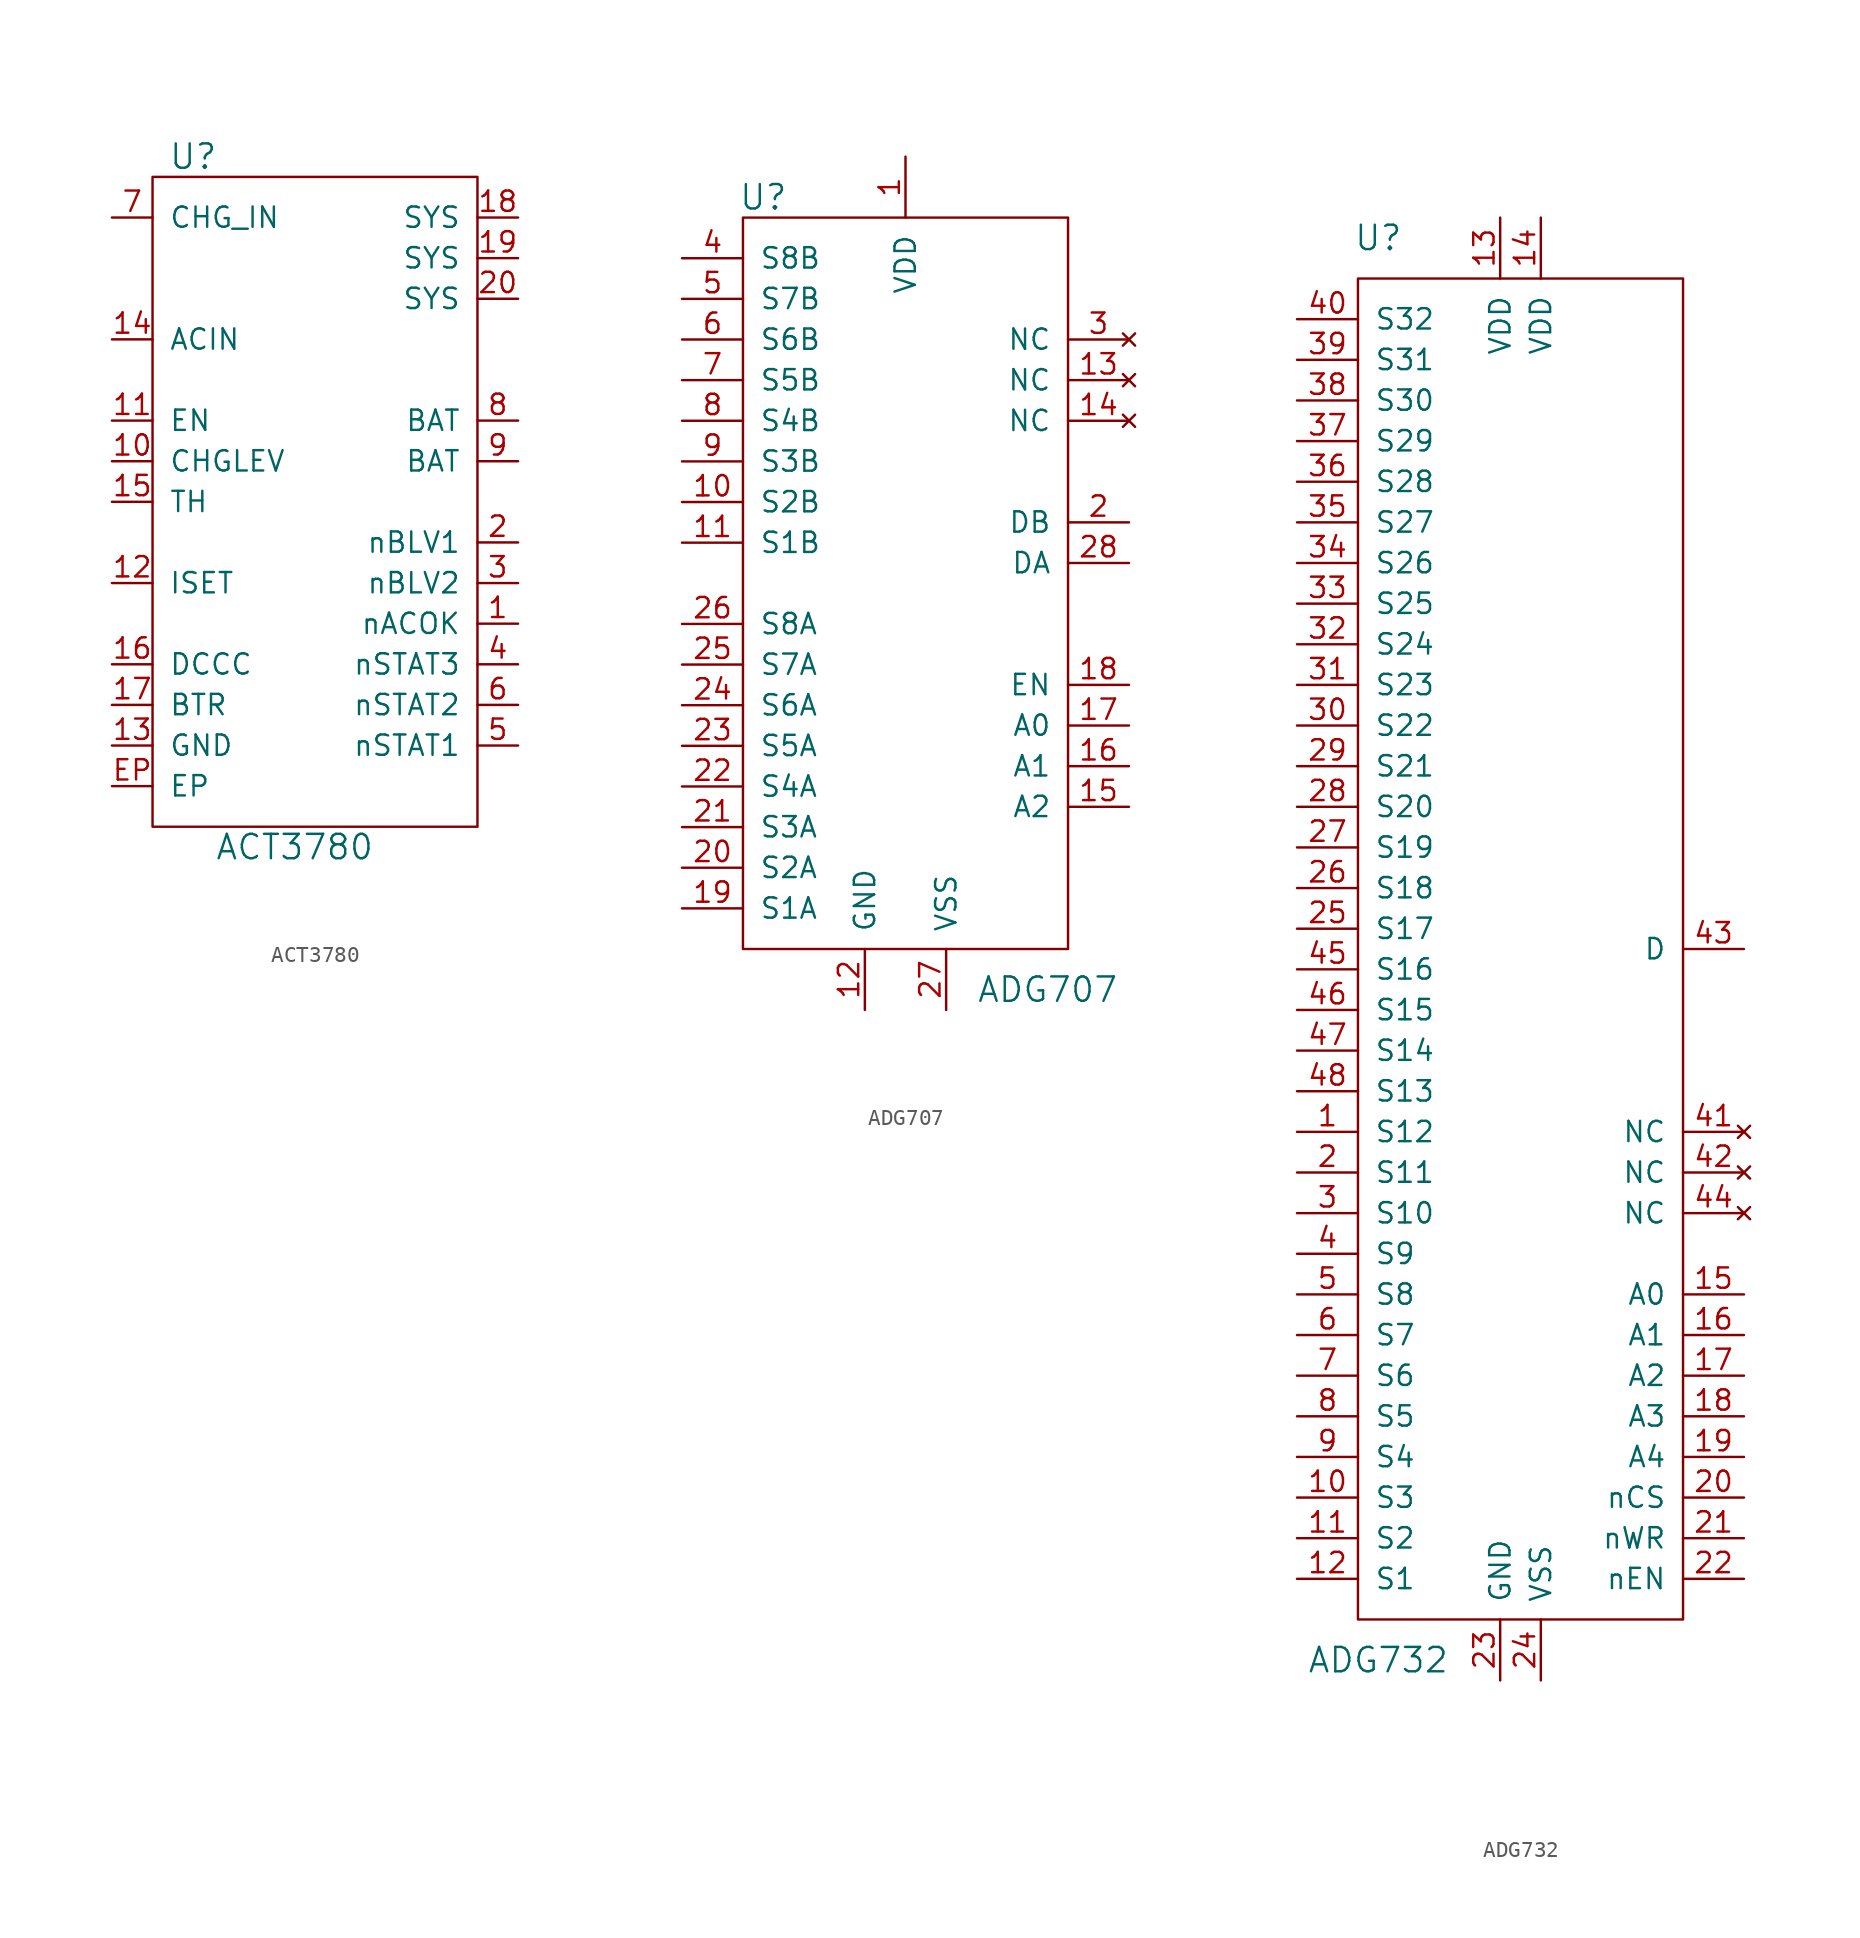
<source format=kicad_sym>
(kicad_symbol_lib
  (version 20211014)
  (generator kicad_symbol_editor)
  (symbol "ACT3780"
    (pin_names
      (offset 1.016))
    (property "Reference" "U"
      (at -7.62 21.59 0)
      (effects (font (size 1.524 1.524))))
    (property "Value" "ACT3780"
      (at -1.27 -21.59 0)
      (effects (font (size 1.524 1.524))))
    (symbol "ACT3780_0_1"
      (rectangle (start -10.16 20.32) (end 10.16 -20.32) (stroke (width 0) (type default) (color 0 0 0 0)) (fill (type none))))
    (symbol "ACT3780_1_1"
      (pin passive line (at 12.7 -7.62 180) (length 2.54) (name "nACOK" (effects (font (size 1.27 1.27)))) (number "1" (effects (font (size 1.27 1.27)))))
      (pin passive line (at -12.7 2.54 0) (length 2.54) (name "CHGLEV" (effects (font (size 1.27 1.27)))) (number "10" (effects (font (size 1.27 1.27)))))
      (pin passive line (at -12.7 5.08 0) (length 2.54) (name "EN" (effects (font (size 1.27 1.27)))) (number "11" (effects (font (size 1.27 1.27)))))
      (pin passive line (at -12.7 -5.08 0) (length 2.54) (name "ISET" (effects (font (size 1.27 1.27)))) (number "12" (effects (font (size 1.27 1.27)))))
      (pin passive line (at -12.7 -15.24 0) (length 2.54) (name "GND" (effects (font (size 1.27 1.27)))) (number "13" (effects (font (size 1.27 1.27)))))
      (pin passive line (at -12.7 10.16 0) (length 2.54) (name "ACIN" (effects (font (size 1.27 1.27)))) (number "14" (effects (font (size 1.27 1.27)))))
      (pin passive line (at -12.7 0 0) (length 2.54) (name "TH" (effects (font (size 1.27 1.27)))) (number "15" (effects (font (size 1.27 1.27)))))
      (pin passive line (at -12.7 -10.16 0) (length 2.54) (name "DCCC" (effects (font (size 1.27 1.27)))) (number "16" (effects (font (size 1.27 1.27)))))
      (pin passive line (at -12.7 -12.7 0) (length 2.54) (name "BTR" (effects (font (size 1.27 1.27)))) (number "17" (effects (font (size 1.27 1.27)))))
      (pin passive line (at 12.7 17.78 180) (length 2.54) (name "SYS" (effects (font (size 1.27 1.27)))) (number "18" (effects (font (size 1.27 1.27)))))
      (pin passive line (at 12.7 15.24 180) (length 2.54) (name "SYS" (effects (font (size 1.27 1.27)))) (number "19" (effects (font (size 1.27 1.27)))))
      (pin passive line (at 12.7 -2.54 180) (length 2.54) (name "nBLV1" (effects (font (size 1.27 1.27)))) (number "2" (effects (font (size 1.27 1.27)))))
      (pin passive line (at 12.7 12.7 180) (length 2.54) (name "SYS" (effects (font (size 1.27 1.27)))) (number "20" (effects (font (size 1.27 1.27)))))
      (pin passive line (at 12.7 -5.08 180) (length 2.54) (name "nBLV2" (effects (font (size 1.27 1.27)))) (number "3" (effects (font (size 1.27 1.27)))))
      (pin passive line (at 12.7 -10.16 180) (length 2.54) (name "nSTAT3" (effects (font (size 1.27 1.27)))) (number "4" (effects (font (size 1.27 1.27)))))
      (pin passive line (at 12.7 -15.24 180) (length 2.54) (name "nSTAT1" (effects (font (size 1.27 1.27)))) (number "5" (effects (font (size 1.27 1.27)))))
      (pin passive line (at 12.7 -12.7 180) (length 2.54) (name "nSTAT2" (effects (font (size 1.27 1.27)))) (number "6" (effects (font (size 1.27 1.27)))))
      (pin passive line (at -12.7 17.78 0) (length 2.54) (name "CHG_IN" (effects (font (size 1.27 1.27)))) (number "7" (effects (font (size 1.27 1.27)))))
      (pin passive line (at 12.7 5.08 180) (length 2.54) (name "BAT" (effects (font (size 1.27 1.27)))) (number "8" (effects (font (size 1.27 1.27)))))
      (pin passive line (at 12.7 2.54 180) (length 2.54) (name "BAT" (effects (font (size 1.27 1.27)))) (number "9" (effects (font (size 1.27 1.27)))))
      (pin passive line (at -12.7 -17.78 0) (length 2.54) (name "EP" (effects (font (size 1.27 1.27)))) (number "EP" (effects (font (size 1.27 1.27)))))))
  (symbol "ADG707"
    (pin_names
      (offset 1.016))
    (property "Reference" "U"
      (at -8.89 24.13 0)
      (effects (font (size 1.524 1.524))))
    (property "Value" "ADG707"
      (at 8.89 -25.4 0)
      (effects (font (size 1.524 1.524))))
    (property "Footprint" ""
      (at 0 0 0)
      (effects (font (size 1.524 1.524))))
    (property "Datasheet" ""
      (at 0 0 0)
      (effects (font (size 1.524 1.524))))
    (symbol "ADG707_0_1"
      (rectangle (start -10.16 22.86) (end 10.16 -22.86) (stroke (width 0) (type default) (color 0 0 0 0)) (fill (type none))))
    (symbol "ADG707_1_1"
      (pin passive line (at 0 26.67 270) (length 3.81) (name "VDD" (effects (font (size 1.27 1.27)))) (number "1" (effects (font (size 1.27 1.27)))))
      (pin passive line (at -13.97 5.08 0) (length 3.81) (name "S2B" (effects (font (size 1.27 1.27)))) (number "10" (effects (font (size 1.27 1.27)))))
      (pin passive line (at -13.97 2.54 0) (length 3.81) (name "S1B" (effects (font (size 1.27 1.27)))) (number "11" (effects (font (size 1.27 1.27)))))
      (pin passive line (at -2.54 -26.67 90) (length 3.81) (name "GND" (effects (font (size 1.27 1.27)))) (number "12" (effects (font (size 1.27 1.27)))))
      (pin no_connect line (at 13.97 12.7 180) (length 3.81) (name "NC" (effects (font (size 1.27 1.27)))) (number "13" (effects (font (size 1.27 1.27)))))
      (pin no_connect line (at 13.97 10.16 180) (length 3.81) (name "NC" (effects (font (size 1.27 1.27)))) (number "14" (effects (font (size 1.27 1.27)))))
      (pin passive line (at 13.97 -13.97 180) (length 3.81) (name "A2" (effects (font (size 1.27 1.27)))) (number "15" (effects (font (size 1.27 1.27)))))
      (pin passive line (at 13.97 -11.43 180) (length 3.81) (name "A1" (effects (font (size 1.27 1.27)))) (number "16" (effects (font (size 1.27 1.27)))))
      (pin passive line (at 13.97 -8.89 180) (length 3.81) (name "A0" (effects (font (size 1.27 1.27)))) (number "17" (effects (font (size 1.27 1.27)))))
      (pin passive line (at 13.97 -6.35 180) (length 3.81) (name "EN" (effects (font (size 1.27 1.27)))) (number "18" (effects (font (size 1.27 1.27)))))
      (pin passive line (at -13.97 -20.32 0) (length 3.81) (name "S1A" (effects (font (size 1.27 1.27)))) (number "19" (effects (font (size 1.27 1.27)))))
      (pin passive line (at 13.97 3.81 180) (length 3.81) (name "DB" (effects (font (size 1.27 1.27)))) (number "2" (effects (font (size 1.27 1.27)))))
      (pin passive line (at -13.97 -17.78 0) (length 3.81) (name "S2A" (effects (font (size 1.27 1.27)))) (number "20" (effects (font (size 1.27 1.27)))))
      (pin passive line (at -13.97 -15.24 0) (length 3.81) (name "S3A" (effects (font (size 1.27 1.27)))) (number "21" (effects (font (size 1.27 1.27)))))
      (pin passive line (at -13.97 -12.7 0) (length 3.81) (name "S4A" (effects (font (size 1.27 1.27)))) (number "22" (effects (font (size 1.27 1.27)))))
      (pin passive line (at -13.97 -10.16 0) (length 3.81) (name "S5A" (effects (font (size 1.27 1.27)))) (number "23" (effects (font (size 1.27 1.27)))))
      (pin passive line (at -13.97 -7.62 0) (length 3.81) (name "S6A" (effects (font (size 1.27 1.27)))) (number "24" (effects (font (size 1.27 1.27)))))
      (pin passive line (at -13.97 -5.08 0) (length 3.81) (name "S7A" (effects (font (size 1.27 1.27)))) (number "25" (effects (font (size 1.27 1.27)))))
      (pin passive line (at -13.97 -2.54 0) (length 3.81) (name "S8A" (effects (font (size 1.27 1.27)))) (number "26" (effects (font (size 1.27 1.27)))))
      (pin passive line (at 2.54 -26.67 90) (length 3.81) (name "VSS" (effects (font (size 1.27 1.27)))) (number "27" (effects (font (size 1.27 1.27)))))
      (pin passive line (at 13.97 1.27 180) (length 3.81) (name "DA" (effects (font (size 1.27 1.27)))) (number "28" (effects (font (size 1.27 1.27)))))
      (pin no_connect line (at 13.97 15.24 180) (length 3.81) (name "NC" (effects (font (size 1.27 1.27)))) (number "3" (effects (font (size 1.27 1.27)))))
      (pin passive line (at -13.97 20.32 0) (length 3.81) (name "S8B" (effects (font (size 1.27 1.27)))) (number "4" (effects (font (size 1.27 1.27)))))
      (pin passive line (at -13.97 17.78 0) (length 3.81) (name "S7B" (effects (font (size 1.27 1.27)))) (number "5" (effects (font (size 1.27 1.27)))))
      (pin passive line (at -13.97 15.24 0) (length 3.81) (name "S6B" (effects (font (size 1.27 1.27)))) (number "6" (effects (font (size 1.27 1.27)))))
      (pin passive line (at -13.97 12.7 0) (length 3.81) (name "S5B" (effects (font (size 1.27 1.27)))) (number "7" (effects (font (size 1.27 1.27)))))
      (pin passive line (at -13.97 10.16 0) (length 3.81) (name "S4B" (effects (font (size 1.27 1.27)))) (number "8" (effects (font (size 1.27 1.27)))))
      (pin passive line (at -13.97 7.62 0) (length 3.81) (name "S3B" (effects (font (size 1.27 1.27)))) (number "9" (effects (font (size 1.27 1.27)))))))
  (symbol "ADG732"
    (pin_names
      (offset 1.016))
    (property "Reference" "U"
      (at -8.89 44.45 0)
      (effects (font (size 1.524 1.524))))
    (property "Value" "ADG732"
      (at -8.89 -44.45 0)
      (effects (font (size 1.524 1.524))))
    (property "Footprint" ""
      (at 0 0 0)
      (effects (font (size 1.524 1.524))))
    (property "Datasheet" ""
      (at 0 0 0)
      (effects (font (size 1.524 1.524))))
    (symbol "ADG732_0_1"
      (rectangle (start -10.16 41.91) (end 10.16 -41.91) (stroke (width 0) (type default) (color 0 0 0 0)) (fill (type none))))
    (symbol "ADG732_1_1"
      (pin input line (at -13.97 -11.43 0) (length 3.81) (name "S12" (effects (font (size 1.27 1.27)))) (number "1" (effects (font (size 1.27 1.27)))))
      (pin input line (at -13.97 -34.29 0) (length 3.81) (name "S3" (effects (font (size 1.27 1.27)))) (number "10" (effects (font (size 1.27 1.27)))))
      (pin input line (at -13.97 -36.83 0) (length 3.81) (name "S2" (effects (font (size 1.27 1.27)))) (number "11" (effects (font (size 1.27 1.27)))))
      (pin input line (at -13.97 -39.37 0) (length 3.81) (name "S1" (effects (font (size 1.27 1.27)))) (number "12" (effects (font (size 1.27 1.27)))))
      (pin passive line (at -1.27 45.72 270) (length 3.81) (name "VDD" (effects (font (size 1.27 1.27)))) (number "13" (effects (font (size 1.27 1.27)))))
      (pin passive line (at 1.27 45.72 270) (length 3.81) (name "VDD" (effects (font (size 1.27 1.27)))) (number "14" (effects (font (size 1.27 1.27)))))
      (pin input line (at 13.97 -21.59 180) (length 3.81) (name "A0" (effects (font (size 1.27 1.27)))) (number "15" (effects (font (size 1.27 1.27)))))
      (pin input line (at 13.97 -24.13 180) (length 3.81) (name "A1" (effects (font (size 1.27 1.27)))) (number "16" (effects (font (size 1.27 1.27)))))
      (pin input line (at 13.97 -26.67 180) (length 3.81) (name "A2" (effects (font (size 1.27 1.27)))) (number "17" (effects (font (size 1.27 1.27)))))
      (pin input line (at 13.97 -29.21 180) (length 3.81) (name "A3" (effects (font (size 1.27 1.27)))) (number "18" (effects (font (size 1.27 1.27)))))
      (pin input line (at 13.97 -31.75 180) (length 3.81) (name "A4" (effects (font (size 1.27 1.27)))) (number "19" (effects (font (size 1.27 1.27)))))
      (pin input line (at -13.97 -13.97 0) (length 3.81) (name "S11" (effects (font (size 1.27 1.27)))) (number "2" (effects (font (size 1.27 1.27)))))
      (pin input line (at 13.97 -34.29 180) (length 3.81) (name "nCS" (effects (font (size 1.27 1.27)))) (number "20" (effects (font (size 1.27 1.27)))))
      (pin input line (at 13.97 -36.83 180) (length 3.81) (name "nWR" (effects (font (size 1.27 1.27)))) (number "21" (effects (font (size 1.27 1.27)))))
      (pin input line (at 13.97 -39.37 180) (length 3.81) (name "nEN" (effects (font (size 1.27 1.27)))) (number "22" (effects (font (size 1.27 1.27)))))
      (pin passive line (at -1.27 -45.72 90) (length 3.81) (name "GND" (effects (font (size 1.27 1.27)))) (number "23" (effects (font (size 1.27 1.27)))))
      (pin passive line (at 1.27 -45.72 90) (length 3.81) (name "VSS" (effects (font (size 1.27 1.27)))) (number "24" (effects (font (size 1.27 1.27)))))
      (pin input line (at -13.97 1.27 0) (length 3.81) (name "S17" (effects (font (size 1.27 1.27)))) (number "25" (effects (font (size 1.27 1.27)))))
      (pin input line (at -13.97 3.81 0) (length 3.81) (name "S18" (effects (font (size 1.27 1.27)))) (number "26" (effects (font (size 1.27 1.27)))))
      (pin input line (at -13.97 6.35 0) (length 3.81) (name "S19" (effects (font (size 1.27 1.27)))) (number "27" (effects (font (size 1.27 1.27)))))
      (pin input line (at -13.97 8.89 0) (length 3.81) (name "S20" (effects (font (size 1.27 1.27)))) (number "28" (effects (font (size 1.27 1.27)))))
      (pin input line (at -13.97 11.43 0) (length 3.81) (name "S21" (effects (font (size 1.27 1.27)))) (number "29" (effects (font (size 1.27 1.27)))))
      (pin input line (at -13.97 -16.51 0) (length 3.81) (name "S10" (effects (font (size 1.27 1.27)))) (number "3" (effects (font (size 1.27 1.27)))))
      (pin input line (at -13.97 13.97 0) (length 3.81) (name "S22" (effects (font (size 1.27 1.27)))) (number "30" (effects (font (size 1.27 1.27)))))
      (pin input line (at -13.97 16.51 0) (length 3.81) (name "S23" (effects (font (size 1.27 1.27)))) (number "31" (effects (font (size 1.27 1.27)))))
      (pin input line (at -13.97 19.05 0) (length 3.81) (name "S24" (effects (font (size 1.27 1.27)))) (number "32" (effects (font (size 1.27 1.27)))))
      (pin input line (at -13.97 21.59 0) (length 3.81) (name "S25" (effects (font (size 1.27 1.27)))) (number "33" (effects (font (size 1.27 1.27)))))
      (pin input line (at -13.97 24.13 0) (length 3.81) (name "S26" (effects (font (size 1.27 1.27)))) (number "34" (effects (font (size 1.27 1.27)))))
      (pin input line (at -13.97 26.67 0) (length 3.81) (name "S27" (effects (font (size 1.27 1.27)))) (number "35" (effects (font (size 1.27 1.27)))))
      (pin input line (at -13.97 29.21 0) (length 3.81) (name "S28" (effects (font (size 1.27 1.27)))) (number "36" (effects (font (size 1.27 1.27)))))
      (pin input line (at -13.97 31.75 0) (length 3.81) (name "S29" (effects (font (size 1.27 1.27)))) (number "37" (effects (font (size 1.27 1.27)))))
      (pin input line (at -13.97 34.29 0) (length 3.81) (name "S30" (effects (font (size 1.27 1.27)))) (number "38" (effects (font (size 1.27 1.27)))))
      (pin input line (at -13.97 36.83 0) (length 3.81) (name "S31" (effects (font (size 1.27 1.27)))) (number "39" (effects (font (size 1.27 1.27)))))
      (pin input line (at -13.97 -19.05 0) (length 3.81) (name "S9" (effects (font (size 1.27 1.27)))) (number "4" (effects (font (size 1.27 1.27)))))
      (pin input line (at -13.97 39.37 0) (length 3.81) (name "S32" (effects (font (size 1.27 1.27)))) (number "40" (effects (font (size 1.27 1.27)))))
      (pin no_connect line (at 13.97 -11.43 180) (length 3.81) (name "NC" (effects (font (size 1.27 1.27)))) (number "41" (effects (font (size 1.27 1.27)))))
      (pin no_connect line (at 13.97 -13.97 180) (length 3.81) (name "NC" (effects (font (size 1.27 1.27)))) (number "42" (effects (font (size 1.27 1.27)))))
      (pin input line (at 13.97 0 180) (length 3.81) (name "D" (effects (font (size 1.27 1.27)))) (number "43" (effects (font (size 1.27 1.27)))))
      (pin no_connect line (at 13.97 -16.51 180) (length 3.81) (name "NC" (effects (font (size 1.27 1.27)))) (number "44" (effects (font (size 1.27 1.27)))))
      (pin input line (at -13.97 -1.27 0) (length 3.81) (name "S16" (effects (font (size 1.27 1.27)))) (number "45" (effects (font (size 1.27 1.27)))))
      (pin input line (at -13.97 -3.81 0) (length 3.81) (name "S15" (effects (font (size 1.27 1.27)))) (number "46" (effects (font (size 1.27 1.27)))))
      (pin input line (at -13.97 -6.35 0) (length 3.81) (name "S14" (effects (font (size 1.27 1.27)))) (number "47" (effects (font (size 1.27 1.27)))))
      (pin input line (at -13.97 -8.89 0) (length 3.81) (name "S13" (effects (font (size 1.27 1.27)))) (number "48" (effects (font (size 1.27 1.27)))))
      (pin input line (at -13.97 -21.59 0) (length 3.81) (name "S8" (effects (font (size 1.27 1.27)))) (number "5" (effects (font (size 1.27 1.27)))))
      (pin input line (at -13.97 -24.13 0) (length 3.81) (name "S7" (effects (font (size 1.27 1.27)))) (number "6" (effects (font (size 1.27 1.27)))))
      (pin input line (at -13.97 -26.67 0) (length 3.81) (name "S6" (effects (font (size 1.27 1.27)))) (number "7" (effects (font (size 1.27 1.27)))))
      (pin input line (at -13.97 -29.21 0) (length 3.81) (name "S5" (effects (font (size 1.27 1.27)))) (number "8" (effects (font (size 1.27 1.27)))))
      (pin input line (at -13.97 -31.75 0) (length 3.81) (name "S4" (effects (font (size 1.27 1.27)))) (number "9" (effects (font (size 1.27 1.27))))))))
</source>
